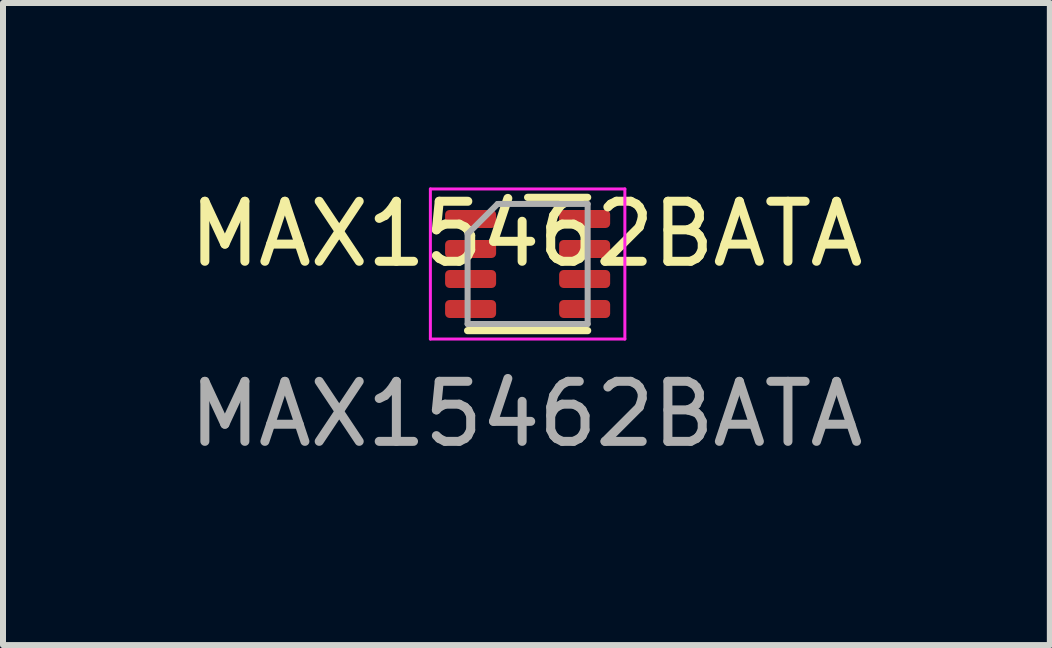
<source format=kicad_pcb>
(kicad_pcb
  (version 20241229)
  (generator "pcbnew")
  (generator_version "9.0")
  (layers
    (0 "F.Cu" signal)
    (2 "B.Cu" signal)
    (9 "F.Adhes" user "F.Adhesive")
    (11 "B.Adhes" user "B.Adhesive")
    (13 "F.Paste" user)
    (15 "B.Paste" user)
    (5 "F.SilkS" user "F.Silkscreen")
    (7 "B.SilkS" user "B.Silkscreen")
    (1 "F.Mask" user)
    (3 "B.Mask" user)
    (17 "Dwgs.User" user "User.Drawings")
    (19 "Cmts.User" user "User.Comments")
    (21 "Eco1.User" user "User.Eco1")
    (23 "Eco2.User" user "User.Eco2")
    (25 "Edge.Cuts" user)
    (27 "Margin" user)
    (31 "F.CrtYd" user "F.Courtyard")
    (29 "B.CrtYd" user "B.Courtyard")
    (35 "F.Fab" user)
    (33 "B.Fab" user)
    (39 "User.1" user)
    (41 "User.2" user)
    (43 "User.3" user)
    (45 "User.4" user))
  (footprint "MAX15462BATA"
    (layer "F.Cu")
    (at 5.72 1.348)
    (property "Reference" "MAX15462BATA" (at 0 -0.5 0) (unlocked yes) (layer "F.SilkS") (effects (font (size 1 1) (thickness 0.15))))
    (attr smd)
    (fp_line (start -0.98 1.11) (end 1.02 1.11) (stroke (width 0.12) (type solid)) (layer "F.SilkS"))
    (fp_line (start 0.02 -1.11) (end 1.02 -1.11) (stroke (width 0.12) (type solid)) (layer "F.SilkS"))
    (fp_line (start -1.6 -1.25) (end -1.6 1.25) (stroke (width 0.05) (type solid)) (layer "F.CrtYd"))
    (fp_line (start -1.6 1.25) (end 1.64 1.25) (stroke (width 0.05) (type solid)) (layer "F.CrtYd"))
    (fp_line (start 1.64 -1.25) (end -1.6 -1.25) (stroke (width 0.05) (type solid)) (layer "F.CrtYd"))
    (fp_line (start 1.64 1.25) (end 1.64 -1.25) (stroke (width 0.05) (type solid)) (layer "F.CrtYd"))
    (fp_line (start -0.98 -0.5) (end -0.48 -1) (stroke (width 0.1) (type solid)) (layer "F.Fab"))
    (fp_line (start -0.98 1) (end -0.98 -0.5) (stroke (width 0.1) (type solid)) (layer "F.Fab"))
    (fp_line (start -0.48 -1) (end 1.02 -1) (stroke (width 0.1) (type solid)) (layer "F.Fab"))
    (fp_line (start 1.02 -1) (end 1.02 1) (stroke (width 0.1) (type solid)) (layer "F.Fab"))
    (fp_line (start 1.02 1) (end -0.98 1) (stroke (width 0.1) (type solid)) (layer "F.Fab"))
    (fp_text user "${REFERENCE}" (at 0 2.5 0) (unlocked yes) (layer "F.Fab") (effects (font (size 1 1) (thickness 0.15))))
    (pad "1" smd roundrect (at -0.93 -0.75) (size 0.85 0.3) (layers "F.Cu" "F.Mask" "F.Paste") (roundrect_rratio 0.25))
    (pad "2" smd roundrect (at -0.93 -0.25) (size 0.85 0.3) (layers "F.Cu" "F.Mask" "F.Paste") (roundrect_rratio 0.25))
    (pad "3" smd roundrect (at -0.93 0.25) (size 0.85 0.3) (layers "F.Cu" "F.Mask" "F.Paste") (roundrect_rratio 0.25))
    (pad "4" smd roundrect (at -0.93 0.75) (size 0.85 0.3) (layers "F.Cu" "F.Mask" "F.Paste") (roundrect_rratio 0.25))
    (pad "5" smd roundrect (at 0.97 0.75) (size 0.85 0.3) (layers "F.Cu" "F.Mask" "F.Paste") (roundrect_rratio 0.25))
    (pad "6" smd roundrect (at 0.97 0.25) (size 0.85 0.3) (layers "F.Cu" "F.Mask" "F.Paste") (roundrect_rratio 0.25))
    (pad "7" smd roundrect (at 0.97 -0.25) (size 0.85 0.3) (layers "F.Cu" "F.Mask" "F.Paste") (roundrect_rratio 0.25))
    (pad "8" smd roundrect (at 0.97 -0.75) (size 0.85 0.3) (layers "F.Cu" "F.Mask" "F.Paste") (roundrect_rratio 0.25)))
  (gr_rect
    (start -3 -3)
    (end 14.44 7.697)
    (stroke (width 0.1) (type default))
    (fill no)
    (layer "Edge.Cuts")))
</source>
